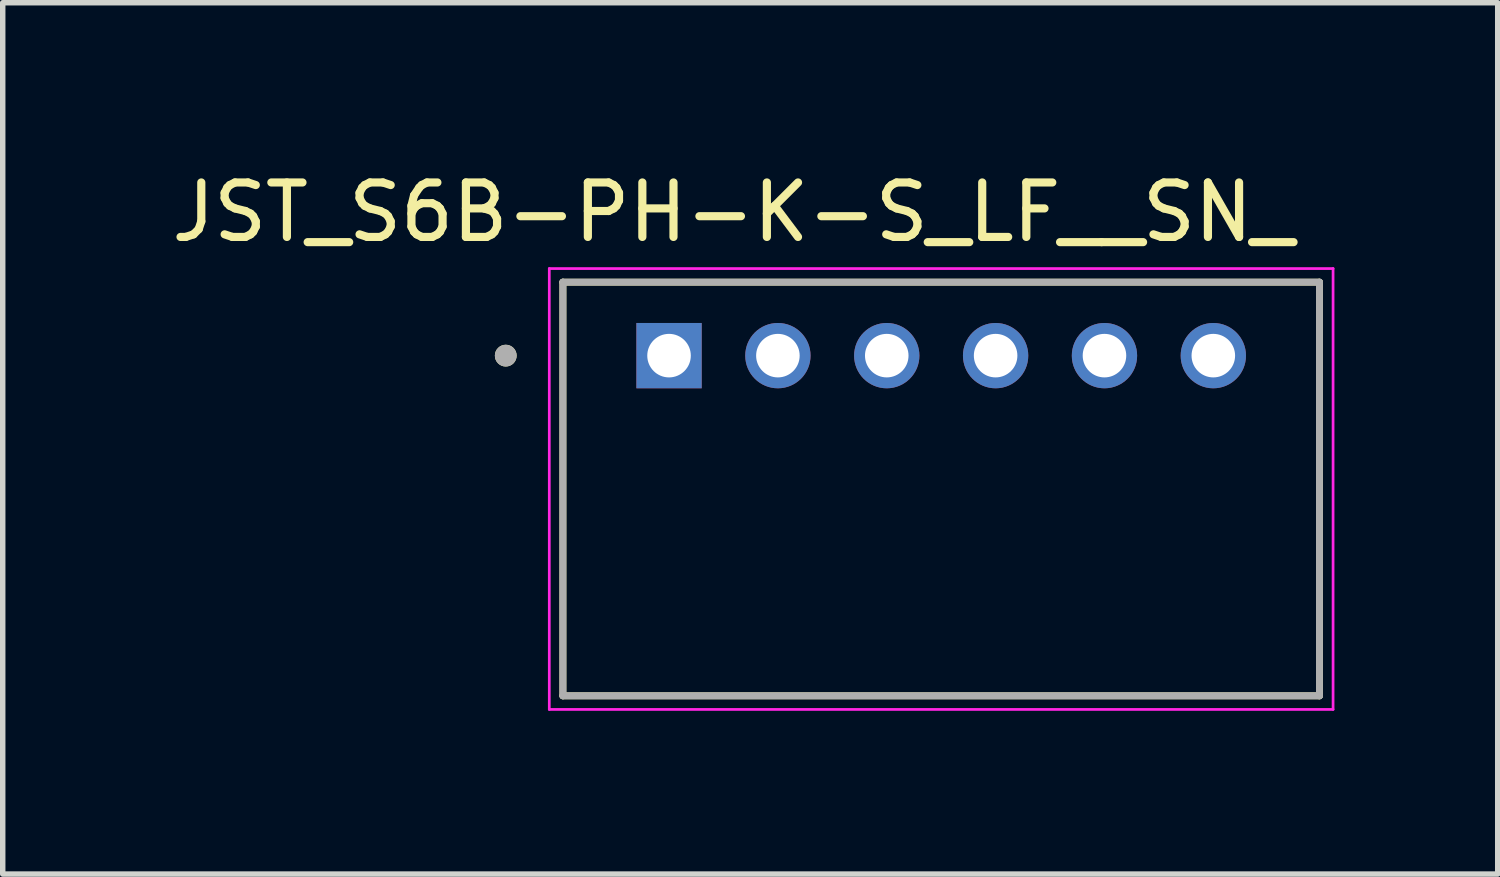
<source format=kicad_pcb>
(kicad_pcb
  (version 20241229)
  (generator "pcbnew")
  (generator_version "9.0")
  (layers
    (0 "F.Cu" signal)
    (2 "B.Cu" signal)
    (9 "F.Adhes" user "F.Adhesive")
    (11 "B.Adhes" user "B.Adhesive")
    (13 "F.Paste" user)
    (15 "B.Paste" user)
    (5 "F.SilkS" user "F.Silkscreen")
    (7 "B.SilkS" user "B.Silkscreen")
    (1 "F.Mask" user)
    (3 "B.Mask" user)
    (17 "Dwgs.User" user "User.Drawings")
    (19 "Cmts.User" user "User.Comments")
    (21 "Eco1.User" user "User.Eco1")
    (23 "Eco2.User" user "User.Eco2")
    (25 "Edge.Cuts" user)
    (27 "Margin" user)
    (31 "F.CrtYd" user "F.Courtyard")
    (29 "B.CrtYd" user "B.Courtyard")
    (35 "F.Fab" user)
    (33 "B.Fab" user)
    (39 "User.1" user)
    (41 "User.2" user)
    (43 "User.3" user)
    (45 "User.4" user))
  (footprint "JST_S6B-PH-K-S_LF__SN_"
    (layer "F.Cu")
    (at 14.242 3.484)
    (property "Reference" "JST_S6B-PH-K-S_LF__SN_" (at -3.822 -2.636 0) (layer "F.SilkS") (effects (font (size 1.001 1.001) (thickness 0.15))))
    (attr through_hole)
    (fp_line (start -6.95 -1.35) (end 6.95 -1.35) (stroke (width 0.127) (type solid)) (layer "F.SilkS"))
    (fp_line (start -6.95 6.25) (end -6.95 -1.35) (stroke (width 0.127) (type solid)) (layer "F.SilkS"))
    (fp_line (start 6.95 -1.35) (end 6.95 6.25) (stroke (width 0.127) (type solid)) (layer "F.SilkS"))
    (fp_line (start 6.95 6.25) (end -6.95 6.25) (stroke (width 0.127) (type solid)) (layer "F.SilkS"))
    (fp_circle (center -8 0) (end -7.9 0) (stroke (width 0.2) (type solid)) (fill no) (layer "F.SilkS"))
    (fp_line (start -7.2 -1.6) (end -7.2 6.5) (stroke (width 0.05) (type solid)) (layer "F.CrtYd"))
    (fp_line (start -7.2 6.5) (end 7.2 6.5) (stroke (width 0.05) (type solid)) (layer "F.CrtYd"))
    (fp_line (start 7.2 -1.6) (end -7.2 -1.6) (stroke (width 0.05) (type solid)) (layer "F.CrtYd"))
    (fp_line (start 7.2 6.5) (end 7.2 -1.6) (stroke (width 0.05) (type solid)) (layer "F.CrtYd"))
    (fp_line (start -6.95 -1.35) (end 6.95 -1.35) (stroke (width 0.127) (type solid)) (layer "F.Fab"))
    (fp_line (start -6.95 6.25) (end -6.95 -1.35) (stroke (width 0.127) (type solid)) (layer "F.Fab"))
    (fp_line (start 6.95 -1.35) (end 6.95 6.25) (stroke (width 0.127) (type solid)) (layer "F.Fab"))
    (fp_line (start 6.95 6.25) (end -6.95 6.25) (stroke (width 0.127) (type solid)) (layer "F.Fab"))
    (fp_circle (center -8 0) (end -7.9 0) (stroke (width 0.2) (type solid)) (fill no) (layer "F.Fab"))
    (pad "1" thru_hole rect (at -5 0) (size 1.2 1.2) (drill 0.8) (layers "*.Cu" "*.Mask"))
    (pad "2" thru_hole circle (at -3 0) (size 1.2 1.2) (drill 0.8) (layers "*.Cu" "*.Mask"))
    (pad "3" thru_hole circle (at -1 0) (size 1.2 1.2) (drill 0.8) (layers "*.Cu" "*.Mask"))
    (pad "4" thru_hole circle (at 1 0) (size 1.2 1.2) (drill 0.8) (layers "*.Cu" "*.Mask"))
    (pad "5" thru_hole circle (at 3 0) (size 1.2 1.2) (drill 0.8) (layers "*.Cu" "*.Mask"))
    (pad "6" thru_hole circle (at 5 0) (size 1.2 1.2) (drill 0.8) (layers "*.Cu" "*.Mask")))
  (gr_rect
    (start -3 -3)
    (end 24.467 13.009)
    (stroke (width 0.1) (type default))
    (fill no)
    (layer "Edge.Cuts")))
</source>
